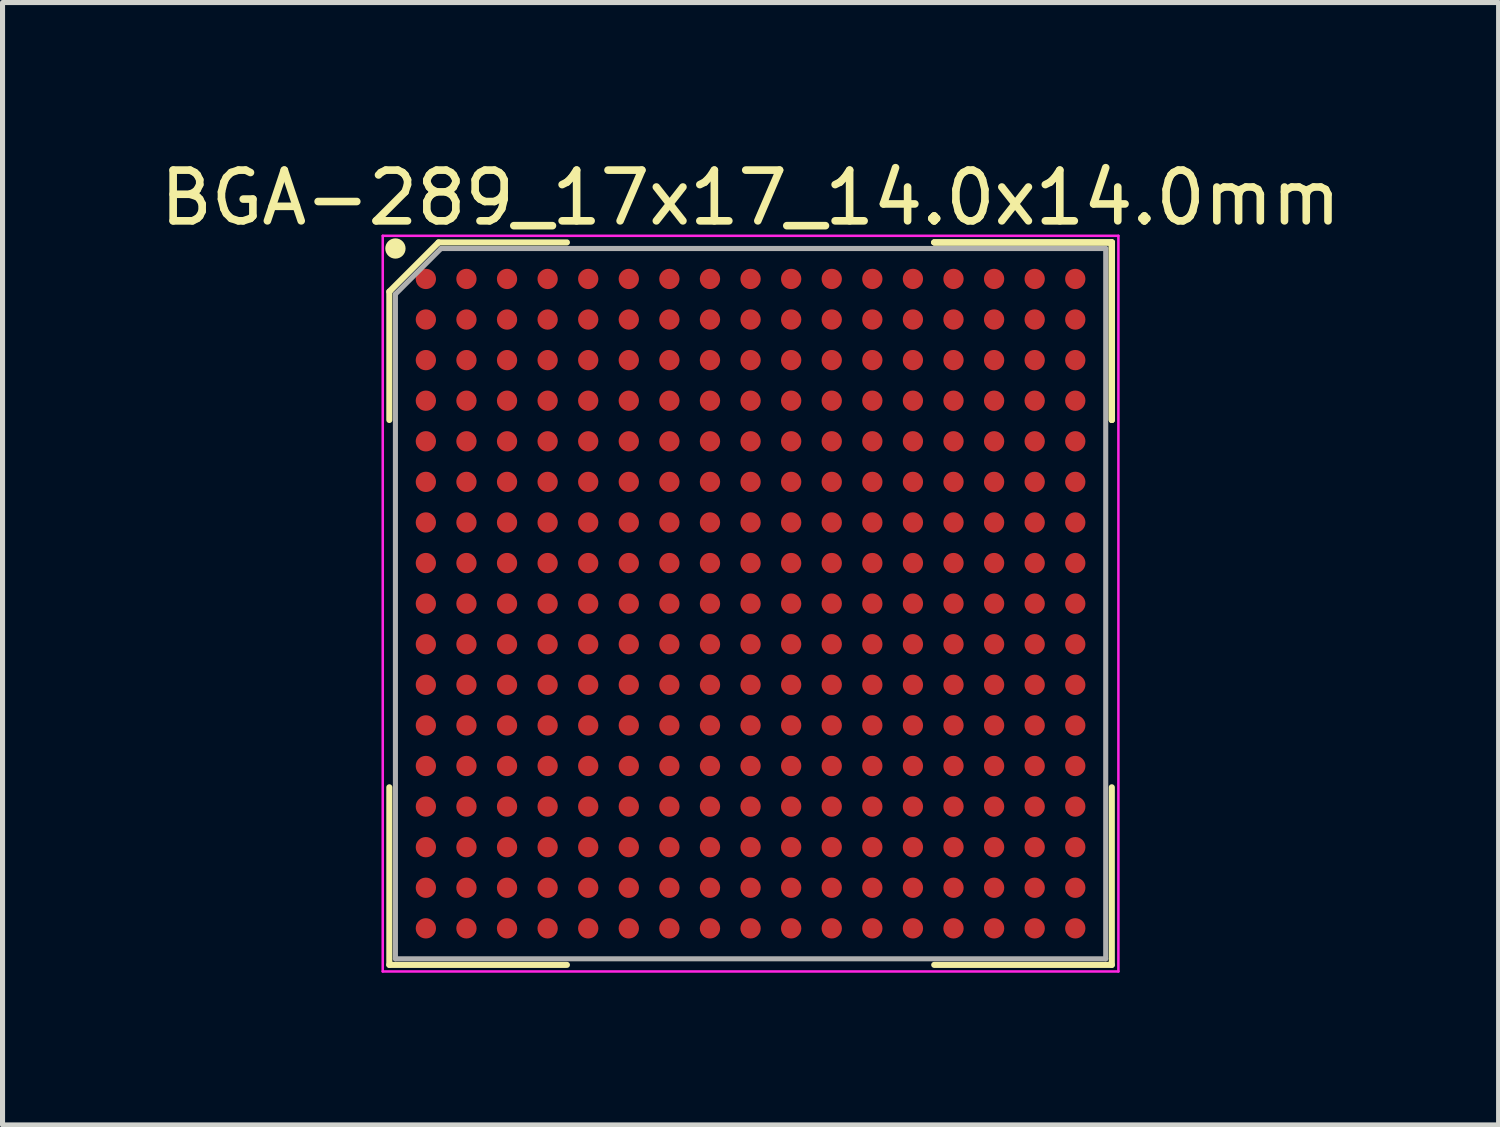
<source format=kicad_pcb>
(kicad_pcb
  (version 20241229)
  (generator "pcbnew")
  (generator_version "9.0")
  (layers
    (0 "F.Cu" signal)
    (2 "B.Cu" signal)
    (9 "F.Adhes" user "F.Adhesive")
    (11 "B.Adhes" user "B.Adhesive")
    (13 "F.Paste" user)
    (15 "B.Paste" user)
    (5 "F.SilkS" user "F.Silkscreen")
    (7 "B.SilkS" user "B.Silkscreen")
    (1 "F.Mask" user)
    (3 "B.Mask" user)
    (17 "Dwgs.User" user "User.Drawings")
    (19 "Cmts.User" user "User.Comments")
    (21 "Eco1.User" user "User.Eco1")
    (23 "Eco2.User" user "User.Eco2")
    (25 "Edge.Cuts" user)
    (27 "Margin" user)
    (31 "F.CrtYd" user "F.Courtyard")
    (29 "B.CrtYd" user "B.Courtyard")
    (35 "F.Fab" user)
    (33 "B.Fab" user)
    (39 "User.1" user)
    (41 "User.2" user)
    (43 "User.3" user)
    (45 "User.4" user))
  (footprint "BGA-289_17x17_14.0x14.0mm"
    (layer "F.Cu")
    (at 11.744 8.848)
    (property "Reference" "BGA-289_17x17_14.0x14.0mm" (at 0 -8 0) (layer "F.SilkS") (effects (font (size 1 1) (thickness 0.15))))
    (attr through_hole)
    (fp_line (start -7.12 -6.15) (end -7.12 -3.62) (stroke (width 0.12) (type solid)) (layer "F.SilkS"))
    (fp_line (start -7.12 7.12) (end -7.12 3.62) (stroke (width 0.12) (type solid)) (layer "F.SilkS"))
    (fp_line (start -6.15 -7.12) (end -7.12 -6.15) (stroke (width 0.12) (type solid)) (layer "F.SilkS"))
    (fp_line (start -3.62 -7.12) (end -6.15 -7.12) (stroke (width 0.12) (type solid)) (layer "F.SilkS"))
    (fp_line (start -3.62 7.12) (end -7.12 7.12) (stroke (width 0.12) (type solid)) (layer "F.SilkS"))
    (fp_line (start 3.62 -7.12) (end 7.12 -7.12) (stroke (width 0.12) (type solid)) (layer "F.SilkS"))
    (fp_line (start 3.62 -7.12) (end 7.12 -7.12) (stroke (width 0.12) (type solid)) (layer "F.SilkS"))
    (fp_line (start 3.62 -7.12) (end 7.12 -7.12) (stroke (width 0.12) (type solid)) (layer "F.SilkS"))
    (fp_line (start 3.62 7.12) (end 7.12 7.12) (stroke (width 0.12) (type solid)) (layer "F.SilkS"))
    (fp_line (start 7.12 -7.12) (end 7.12 -3.62) (stroke (width 0.12) (type solid)) (layer "F.SilkS"))
    (fp_line (start 7.12 -7.12) (end 7.12 -3.62) (stroke (width 0.12) (type solid)) (layer "F.SilkS"))
    (fp_line (start 7.12 -7.12) (end 7.12 -3.62) (stroke (width 0.12) (type solid)) (layer "F.SilkS"))
    (fp_line (start 7.12 7.12) (end 7.12 3.62) (stroke (width 0.12) (type solid)) (layer "F.SilkS"))
    (fp_circle (center -7 -7) (end -7 -6.9) (stroke (width 0.2) (type solid)) (fill no) (layer "F.SilkS"))
    (fp_line (start -7.25 -7.25) (end 7.25 -7.25) (stroke (width 0.05) (type solid)) (layer "F.CrtYd"))
    (fp_line (start -7.25 7.25) (end -7.25 -7.25) (stroke (width 0.05) (type solid)) (layer "F.CrtYd"))
    (fp_line (start 7.25 -7.25) (end 7.25 7.25) (stroke (width 0.05) (type solid)) (layer "F.CrtYd"))
    (fp_line (start 7.25 7.25) (end -7.25 7.25) (stroke (width 0.05) (type solid)) (layer "F.CrtYd"))
    (fp_line (start -7 -6.1) (end -7 7) (stroke (width 0.1) (type solid)) (layer "F.Fab"))
    (fp_line (start -7 7) (end 7 7) (stroke (width 0.1) (type solid)) (layer "F.Fab"))
    (fp_line (start -6.1 -7) (end -7 -6.1) (stroke (width 0.1) (type solid)) (layer "F.Fab"))
    (fp_line (start 7 -7) (end -6.1 -7) (stroke (width 0.1) (type solid)) (layer "F.Fab"))
    (fp_line (start 7 7) (end 7 -7) (stroke (width 0.1) (type solid)) (layer "F.Fab"))
    (pad "A1" smd circle (at -6.4 -6.4) (size 0.4 0.4) (layers "F.Cu" "F.Mask" "F.Paste"))
    (pad "A2" smd circle (at -5.6 -6.4) (size 0.4 0.4) (layers "F.Cu" "F.Mask" "F.Paste"))
    (pad "A3" smd circle (at -4.8 -6.4) (size 0.4 0.4) (layers "F.Cu" "F.Mask" "F.Paste"))
    (pad "A4" smd circle (at -4 -6.4) (size 0.4 0.4) (layers "F.Cu" "F.Mask" "F.Paste"))
    (pad "A5" smd circle (at -3.2 -6.4) (size 0.4 0.4) (layers "F.Cu" "F.Mask" "F.Paste"))
    (pad "A6" smd circle (at -2.4 -6.4) (size 0.4 0.4) (layers "F.Cu" "F.Mask" "F.Paste"))
    (pad "A7" smd circle (at -1.6 -6.4) (size 0.4 0.4) (layers "F.Cu" "F.Mask" "F.Paste"))
    (pad "A8" smd circle (at -0.8 -6.4) (size 0.4 0.4) (layers "F.Cu" "F.Mask" "F.Paste"))
    (pad "A9" smd circle (at 0 -6.4) (size 0.4 0.4) (layers "F.Cu" "F.Mask" "F.Paste"))
    (pad "A10" smd circle (at 0.8 -6.4) (size 0.4 0.4) (layers "F.Cu" "F.Mask" "F.Paste"))
    (pad "A11" smd circle (at 1.6 -6.4) (size 0.4 0.4) (layers "F.Cu" "F.Mask" "F.Paste"))
    (pad "A12" smd circle (at 2.4 -6.4) (size 0.4 0.4) (layers "F.Cu" "F.Mask" "F.Paste"))
    (pad "A13" smd circle (at 3.2 -6.4) (size 0.4 0.4) (layers "F.Cu" "F.Mask" "F.Paste"))
    (pad "A14" smd circle (at 4 -6.4) (size 0.4 0.4) (layers "F.Cu" "F.Mask" "F.Paste"))
    (pad "A15" smd circle (at 4.8 -6.4) (size 0.4 0.4) (layers "F.Cu" "F.Mask" "F.Paste"))
    (pad "A16" smd circle (at 5.6 -6.4) (size 0.4 0.4) (layers "F.Cu" "F.Mask" "F.Paste"))
    (pad "A17" smd circle (at 6.4 -6.4) (size 0.4 0.4) (layers "F.Cu" "F.Mask" "F.Paste"))
    (pad "B1" smd circle (at -6.4 -5.6) (size 0.4 0.4) (layers "F.Cu" "F.Mask" "F.Paste"))
    (pad "B2" smd circle (at -5.6 -5.6) (size 0.4 0.4) (layers "F.Cu" "F.Mask" "F.Paste"))
    (pad "B3" smd circle (at -4.8 -5.6) (size 0.4 0.4) (layers "F.Cu" "F.Mask" "F.Paste"))
    (pad "B4" smd circle (at -4 -5.6) (size 0.4 0.4) (layers "F.Cu" "F.Mask" "F.Paste"))
    (pad "B5" smd circle (at -3.2 -5.6) (size 0.4 0.4) (layers "F.Cu" "F.Mask" "F.Paste"))
    (pad "B6" smd circle (at -2.4 -5.6) (size 0.4 0.4) (layers "F.Cu" "F.Mask" "F.Paste"))
    (pad "B7" smd circle (at -1.6 -5.6) (size 0.4 0.4) (layers "F.Cu" "F.Mask" "F.Paste"))
    (pad "B8" smd circle (at -0.8 -5.6) (size 0.4 0.4) (layers "F.Cu" "F.Mask" "F.Paste"))
    (pad "B9" smd circle (at 0 -5.6) (size 0.4 0.4) (layers "F.Cu" "F.Mask" "F.Paste"))
    (pad "B10" smd circle (at 0.8 -5.6) (size 0.4 0.4) (layers "F.Cu" "F.Mask" "F.Paste"))
    (pad "B11" smd circle (at 1.6 -5.6) (size 0.4 0.4) (layers "F.Cu" "F.Mask" "F.Paste"))
    (pad "B12" smd circle (at 2.4 -5.6) (size 0.4 0.4) (layers "F.Cu" "F.Mask" "F.Paste"))
    (pad "B13" smd circle (at 3.2 -5.6) (size 0.4 0.4) (layers "F.Cu" "F.Mask" "F.Paste"))
    (pad "B14" smd circle (at 4 -5.6) (size 0.4 0.4) (layers "F.Cu" "F.Mask" "F.Paste"))
    (pad "B15" smd circle (at 4.8 -5.6) (size 0.4 0.4) (layers "F.Cu" "F.Mask" "F.Paste"))
    (pad "B16" smd circle (at 5.6 -5.6) (size 0.4 0.4) (layers "F.Cu" "F.Mask" "F.Paste"))
    (pad "B17" smd circle (at 6.4 -5.6) (size 0.4 0.4) (layers "F.Cu" "F.Mask" "F.Paste"))
    (pad "C1" smd circle (at -6.4 -4.8) (size 0.4 0.4) (layers "F.Cu" "F.Mask" "F.Paste"))
    (pad "C2" smd circle (at -5.6 -4.8) (size 0.4 0.4) (layers "F.Cu" "F.Mask" "F.Paste"))
    (pad "C3" smd circle (at -4.8 -4.8) (size 0.4 0.4) (layers "F.Cu" "F.Mask" "F.Paste"))
    (pad "C4" smd circle (at -4 -4.8) (size 0.4 0.4) (layers "F.Cu" "F.Mask" "F.Paste"))
    (pad "C5" smd circle (at -3.2 -4.8) (size 0.4 0.4) (layers "F.Cu" "F.Mask" "F.Paste"))
    (pad "C6" smd circle (at -2.4 -4.8) (size 0.4 0.4) (layers "F.Cu" "F.Mask" "F.Paste"))
    (pad "C7" smd circle (at -1.6 -4.8) (size 0.4 0.4) (layers "F.Cu" "F.Mask" "F.Paste"))
    (pad "C8" smd circle (at -0.8 -4.8) (size 0.4 0.4) (layers "F.Cu" "F.Mask" "F.Paste"))
    (pad "C9" smd circle (at 0 -4.8) (size 0.4 0.4) (layers "F.Cu" "F.Mask" "F.Paste"))
    (pad "C10" smd circle (at 0.8 -4.8) (size 0.4 0.4) (layers "F.Cu" "F.Mask" "F.Paste"))
    (pad "C11" smd circle (at 1.6 -4.8) (size 0.4 0.4) (layers "F.Cu" "F.Mask" "F.Paste"))
    (pad "C12" smd circle (at 2.4 -4.8) (size 0.4 0.4) (layers "F.Cu" "F.Mask" "F.Paste"))
    (pad "C13" smd circle (at 3.2 -4.8) (size 0.4 0.4) (layers "F.Cu" "F.Mask" "F.Paste"))
    (pad "C14" smd circle (at 4 -4.8) (size 0.4 0.4) (layers "F.Cu" "F.Mask" "F.Paste"))
    (pad "C15" smd circle (at 4.8 -4.8) (size 0.4 0.4) (layers "F.Cu" "F.Mask" "F.Paste"))
    (pad "C16" smd circle (at 5.6 -4.8) (size 0.4 0.4) (layers "F.Cu" "F.Mask" "F.Paste"))
    (pad "C17" smd circle (at 6.4 -4.8) (size 0.4 0.4) (layers "F.Cu" "F.Mask" "F.Paste"))
    (pad "D1" smd circle (at -6.4 -4) (size 0.4 0.4) (layers "F.Cu" "F.Mask" "F.Paste"))
    (pad "D2" smd circle (at -5.6 -4) (size 0.4 0.4) (layers "F.Cu" "F.Mask" "F.Paste"))
    (pad "D3" smd circle (at -4.8 -4) (size 0.4 0.4) (layers "F.Cu" "F.Mask" "F.Paste"))
    (pad "D4" smd circle (at -4 -4) (size 0.4 0.4) (layers "F.Cu" "F.Mask" "F.Paste"))
    (pad "D5" smd circle (at -3.2 -4) (size 0.4 0.4) (layers "F.Cu" "F.Mask" "F.Paste"))
    (pad "D6" smd circle (at -2.4 -4) (size 0.4 0.4) (layers "F.Cu" "F.Mask" "F.Paste"))
    (pad "D7" smd circle (at -1.6 -4) (size 0.4 0.4) (layers "F.Cu" "F.Mask" "F.Paste"))
    (pad "D8" smd circle (at -0.8 -4) (size 0.4 0.4) (layers "F.Cu" "F.Mask" "F.Paste"))
    (pad "D9" smd circle (at 0 -4) (size 0.4 0.4) (layers "F.Cu" "F.Mask" "F.Paste"))
    (pad "D10" smd circle (at 0.8 -4) (size 0.4 0.4) (layers "F.Cu" "F.Mask" "F.Paste"))
    (pad "D11" smd circle (at 1.6 -4) (size 0.4 0.4) (layers "F.Cu" "F.Mask" "F.Paste"))
    (pad "D12" smd circle (at 2.4 -4) (size 0.4 0.4) (layers "F.Cu" "F.Mask" "F.Paste"))
    (pad "D13" smd circle (at 3.2 -4) (size 0.4 0.4) (layers "F.Cu" "F.Mask" "F.Paste"))
    (pad "D14" smd circle (at 4 -4) (size 0.4 0.4) (layers "F.Cu" "F.Mask" "F.Paste"))
    (pad "D15" smd circle (at 4.8 -4) (size 0.4 0.4) (layers "F.Cu" "F.Mask" "F.Paste"))
    (pad "D16" smd circle (at 5.6 -4) (size 0.4 0.4) (layers "F.Cu" "F.Mask" "F.Paste"))
    (pad "D17" smd circle (at 6.4 -4) (size 0.4 0.4) (layers "F.Cu" "F.Mask" "F.Paste"))
    (pad "E1" smd circle (at -6.4 -3.2) (size 0.4 0.4) (layers "F.Cu" "F.Mask" "F.Paste"))
    (pad "E2" smd circle (at -5.6 -3.2) (size 0.4 0.4) (layers "F.Cu" "F.Mask" "F.Paste"))
    (pad "E3" smd circle (at -4.8 -3.2) (size 0.4 0.4) (layers "F.Cu" "F.Mask" "F.Paste"))
    (pad "E4" smd circle (at -4 -3.2) (size 0.4 0.4) (layers "F.Cu" "F.Mask" "F.Paste"))
    (pad "E5" smd circle (at -3.2 -3.2) (size 0.4 0.4) (layers "F.Cu" "F.Mask" "F.Paste"))
    (pad "E6" smd circle (at -2.4 -3.2) (size 0.4 0.4) (layers "F.Cu" "F.Mask" "F.Paste"))
    (pad "E7" smd circle (at -1.6 -3.2) (size 0.4 0.4) (layers "F.Cu" "F.Mask" "F.Paste"))
    (pad "E8" smd circle (at -0.8 -3.2) (size 0.4 0.4) (layers "F.Cu" "F.Mask" "F.Paste"))
    (pad "E9" smd circle (at 0 -3.2) (size 0.4 0.4) (layers "F.Cu" "F.Mask" "F.Paste"))
    (pad "E10" smd circle (at 0.8 -3.2) (size 0.4 0.4) (layers "F.Cu" "F.Mask" "F.Paste"))
    (pad "E11" smd circle (at 1.6 -3.2) (size 0.4 0.4) (layers "F.Cu" "F.Mask" "F.Paste"))
    (pad "E12" smd circle (at 2.4 -3.2) (size 0.4 0.4) (layers "F.Cu" "F.Mask" "F.Paste"))
    (pad "E13" smd circle (at 3.2 -3.2) (size 0.4 0.4) (layers "F.Cu" "F.Mask" "F.Paste"))
    (pad "E14" smd circle (at 4 -3.2) (size 0.4 0.4) (layers "F.Cu" "F.Mask" "F.Paste"))
    (pad "E15" smd circle (at 4.8 -3.2) (size 0.4 0.4) (layers "F.Cu" "F.Mask" "F.Paste"))
    (pad "E16" smd circle (at 5.6 -3.2) (size 0.4 0.4) (layers "F.Cu" "F.Mask" "F.Paste"))
    (pad "E17" smd circle (at 6.4 -3.2) (size 0.4 0.4) (layers "F.Cu" "F.Mask" "F.Paste"))
    (pad "F1" smd circle (at -6.4 -2.4) (size 0.4 0.4) (layers "F.Cu" "F.Mask" "F.Paste"))
    (pad "F2" smd circle (at -5.6 -2.4) (size 0.4 0.4) (layers "F.Cu" "F.Mask" "F.Paste"))
    (pad "F3" smd circle (at -4.8 -2.4) (size 0.4 0.4) (layers "F.Cu" "F.Mask" "F.Paste"))
    (pad "F4" smd circle (at -4 -2.4) (size 0.4 0.4) (layers "F.Cu" "F.Mask" "F.Paste"))
    (pad "F5" smd circle (at -3.2 -2.4) (size 0.4 0.4) (layers "F.Cu" "F.Mask" "F.Paste"))
    (pad "F6" smd circle (at -2.4 -2.4) (size 0.4 0.4) (layers "F.Cu" "F.Mask" "F.Paste"))
    (pad "F7" smd circle (at -1.6 -2.4) (size 0.4 0.4) (layers "F.Cu" "F.Mask" "F.Paste"))
    (pad "F8" smd circle (at -0.8 -2.4) (size 0.4 0.4) (layers "F.Cu" "F.Mask" "F.Paste"))
    (pad "F9" smd circle (at 0 -2.4) (size 0.4 0.4) (layers "F.Cu" "F.Mask" "F.Paste"))
    (pad "F10" smd circle (at 0.8 -2.4) (size 0.4 0.4) (layers "F.Cu" "F.Mask" "F.Paste"))
    (pad "F11" smd circle (at 1.6 -2.4) (size 0.4 0.4) (layers "F.Cu" "F.Mask" "F.Paste"))
    (pad "F12" smd circle (at 2.4 -2.4) (size 0.4 0.4) (layers "F.Cu" "F.Mask" "F.Paste"))
    (pad "F13" smd circle (at 3.2 -2.4) (size 0.4 0.4) (layers "F.Cu" "F.Mask" "F.Paste"))
    (pad "F14" smd circle (at 4 -2.4) (size 0.4 0.4) (layers "F.Cu" "F.Mask" "F.Paste"))
    (pad "F15" smd circle (at 4.8 -2.4) (size 0.4 0.4) (layers "F.Cu" "F.Mask" "F.Paste"))
    (pad "F16" smd circle (at 5.6 -2.4) (size 0.4 0.4) (layers "F.Cu" "F.Mask" "F.Paste"))
    (pad "F17" smd circle (at 6.4 -2.4) (size 0.4 0.4) (layers "F.Cu" "F.Mask" "F.Paste"))
    (pad "G1" smd circle (at -6.4 -1.6) (size 0.4 0.4) (layers "F.Cu" "F.Mask" "F.Paste"))
    (pad "G2" smd circle (at -5.6 -1.6) (size 0.4 0.4) (layers "F.Cu" "F.Mask" "F.Paste"))
    (pad "G3" smd circle (at -4.8 -1.6) (size 0.4 0.4) (layers "F.Cu" "F.Mask" "F.Paste"))
    (pad "G4" smd circle (at -4 -1.6) (size 0.4 0.4) (layers "F.Cu" "F.Mask" "F.Paste"))
    (pad "G5" smd circle (at -3.2 -1.6) (size 0.4 0.4) (layers "F.Cu" "F.Mask" "F.Paste"))
    (pad "G6" smd circle (at -2.4 -1.6) (size 0.4 0.4) (layers "F.Cu" "F.Mask" "F.Paste"))
    (pad "G7" smd circle (at -1.6 -1.6) (size 0.4 0.4) (layers "F.Cu" "F.Mask" "F.Paste"))
    (pad "G8" smd circle (at -0.8 -1.6) (size 0.4 0.4) (layers "F.Cu" "F.Mask" "F.Paste"))
    (pad "G9" smd circle (at 0 -1.6) (size 0.4 0.4) (layers "F.Cu" "F.Mask" "F.Paste"))
    (pad "G10" smd circle (at 0.8 -1.6) (size 0.4 0.4) (layers "F.Cu" "F.Mask" "F.Paste"))
    (pad "G11" smd circle (at 1.6 -1.6) (size 0.4 0.4) (layers "F.Cu" "F.Mask" "F.Paste"))
    (pad "G12" smd circle (at 2.4 -1.6) (size 0.4 0.4) (layers "F.Cu" "F.Mask" "F.Paste"))
    (pad "G13" smd circle (at 3.2 -1.6) (size 0.4 0.4) (layers "F.Cu" "F.Mask" "F.Paste"))
    (pad "G14" smd circle (at 4 -1.6) (size 0.4 0.4) (layers "F.Cu" "F.Mask" "F.Paste"))
    (pad "G15" smd circle (at 4.8 -1.6) (size 0.4 0.4) (layers "F.Cu" "F.Mask" "F.Paste"))
    (pad "G16" smd circle (at 5.6 -1.6) (size 0.4 0.4) (layers "F.Cu" "F.Mask" "F.Paste"))
    (pad "G17" smd circle (at 6.4 -1.6) (size 0.4 0.4) (layers "F.Cu" "F.Mask" "F.Paste"))
    (pad "H1" smd circle (at -6.4 -0.8) (size 0.4 0.4) (layers "F.Cu" "F.Mask" "F.Paste"))
    (pad "H2" smd circle (at -5.6 -0.8) (size 0.4 0.4) (layers "F.Cu" "F.Mask" "F.Paste"))
    (pad "H3" smd circle (at -4.8 -0.8) (size 0.4 0.4) (layers "F.Cu" "F.Mask" "F.Paste"))
    (pad "H4" smd circle (at -4 -0.8) (size 0.4 0.4) (layers "F.Cu" "F.Mask" "F.Paste"))
    (pad "H5" smd circle (at -3.2 -0.8) (size 0.4 0.4) (layers "F.Cu" "F.Mask" "F.Paste"))
    (pad "H6" smd circle (at -2.4 -0.8) (size 0.4 0.4) (layers "F.Cu" "F.Mask" "F.Paste"))
    (pad "H7" smd circle (at -1.6 -0.8) (size 0.4 0.4) (layers "F.Cu" "F.Mask" "F.Paste"))
    (pad "H8" smd circle (at -0.8 -0.8) (size 0.4 0.4) (layers "F.Cu" "F.Mask" "F.Paste"))
    (pad "H9" smd circle (at 0 -0.8) (size 0.4 0.4) (layers "F.Cu" "F.Mask" "F.Paste"))
    (pad "H10" smd circle (at 0.8 -0.8) (size 0.4 0.4) (layers "F.Cu" "F.Mask" "F.Paste"))
    (pad "H11" smd circle (at 1.6 -0.8) (size 0.4 0.4) (layers "F.Cu" "F.Mask" "F.Paste"))
    (pad "H12" smd circle (at 2.4 -0.8) (size 0.4 0.4) (layers "F.Cu" "F.Mask" "F.Paste"))
    (pad "H13" smd circle (at 3.2 -0.8) (size 0.4 0.4) (layers "F.Cu" "F.Mask" "F.Paste"))
    (pad "H14" smd circle (at 4 -0.8) (size 0.4 0.4) (layers "F.Cu" "F.Mask" "F.Paste"))
    (pad "H15" smd circle (at 4.8 -0.8) (size 0.4 0.4) (layers "F.Cu" "F.Mask" "F.Paste"))
    (pad "H16" smd circle (at 5.6 -0.8) (size 0.4 0.4) (layers "F.Cu" "F.Mask" "F.Paste"))
    (pad "H17" smd circle (at 6.4 -0.8) (size 0.4 0.4) (layers "F.Cu" "F.Mask" "F.Paste"))
    (pad "J1" smd circle (at -6.4 0) (size 0.4 0.4) (layers "F.Cu" "F.Mask" "F.Paste"))
    (pad "J2" smd circle (at -5.6 0) (size 0.4 0.4) (layers "F.Cu" "F.Mask" "F.Paste"))
    (pad "J3" smd circle (at -4.8 0) (size 0.4 0.4) (layers "F.Cu" "F.Mask" "F.Paste"))
    (pad "J4" smd circle (at -4 0) (size 0.4 0.4) (layers "F.Cu" "F.Mask" "F.Paste"))
    (pad "J5" smd circle (at -3.2 0) (size 0.4 0.4) (layers "F.Cu" "F.Mask" "F.Paste"))
    (pad "J6" smd circle (at -2.4 0) (size 0.4 0.4) (layers "F.Cu" "F.Mask" "F.Paste"))
    (pad "J7" smd circle (at -1.6 0) (size 0.4 0.4) (layers "F.Cu" "F.Mask" "F.Paste"))
    (pad "J8" smd circle (at -0.8 0) (size 0.4 0.4) (layers "F.Cu" "F.Mask" "F.Paste"))
    (pad "J9" smd circle (at 0 0) (size 0.4 0.4) (layers "F.Cu" "F.Mask" "F.Paste"))
    (pad "J10" smd circle (at 0.8 0) (size 0.4 0.4) (layers "F.Cu" "F.Mask" "F.Paste"))
    (pad "J11" smd circle (at 1.6 0) (size 0.4 0.4) (layers "F.Cu" "F.Mask" "F.Paste"))
    (pad "J12" smd circle (at 2.4 0) (size 0.4 0.4) (layers "F.Cu" "F.Mask" "F.Paste"))
    (pad "J13" smd circle (at 3.2 0) (size 0.4 0.4) (layers "F.Cu" "F.Mask" "F.Paste"))
    (pad "J14" smd circle (at 4 0) (size 0.4 0.4) (layers "F.Cu" "F.Mask" "F.Paste"))
    (pad "J15" smd circle (at 4.8 0) (size 0.4 0.4) (layers "F.Cu" "F.Mask" "F.Paste"))
    (pad "J16" smd circle (at 5.6 0) (size 0.4 0.4) (layers "F.Cu" "F.Mask" "F.Paste"))
    (pad "J17" smd circle (at 6.4 0) (size 0.4 0.4) (layers "F.Cu" "F.Mask" "F.Paste"))
    (pad "K1" smd circle (at -6.4 0.8) (size 0.4 0.4) (layers "F.Cu" "F.Mask" "F.Paste"))
    (pad "K2" smd circle (at -5.6 0.8) (size 0.4 0.4) (layers "F.Cu" "F.Mask" "F.Paste"))
    (pad "K3" smd circle (at -4.8 0.8) (size 0.4 0.4) (layers "F.Cu" "F.Mask" "F.Paste"))
    (pad "K4" smd circle (at -4 0.8) (size 0.4 0.4) (layers "F.Cu" "F.Mask" "F.Paste"))
    (pad "K5" smd circle (at -3.2 0.8) (size 0.4 0.4) (layers "F.Cu" "F.Mask" "F.Paste"))
    (pad "K6" smd circle (at -2.4 0.8) (size 0.4 0.4) (layers "F.Cu" "F.Mask" "F.Paste"))
    (pad "K7" smd circle (at -1.6 0.8) (size 0.4 0.4) (layers "F.Cu" "F.Mask" "F.Paste"))
    (pad "K8" smd circle (at -0.8 0.8) (size 0.4 0.4) (layers "F.Cu" "F.Mask" "F.Paste"))
    (pad "K9" smd circle (at 0 0.8) (size 0.4 0.4) (layers "F.Cu" "F.Mask" "F.Paste"))
    (pad "K10" smd circle (at 0.8 0.8) (size 0.4 0.4) (layers "F.Cu" "F.Mask" "F.Paste"))
    (pad "K11" smd circle (at 1.6 0.8) (size 0.4 0.4) (layers "F.Cu" "F.Mask" "F.Paste"))
    (pad "K12" smd circle (at 2.4 0.8) (size 0.4 0.4) (layers "F.Cu" "F.Mask" "F.Paste"))
    (pad "K13" smd circle (at 3.2 0.8) (size 0.4 0.4) (layers "F.Cu" "F.Mask" "F.Paste"))
    (pad "K14" smd circle (at 4 0.8) (size 0.4 0.4) (layers "F.Cu" "F.Mask" "F.Paste"))
    (pad "K15" smd circle (at 4.8 0.8) (size 0.4 0.4) (layers "F.Cu" "F.Mask" "F.Paste"))
    (pad "K16" smd circle (at 5.6 0.8) (size 0.4 0.4) (layers "F.Cu" "F.Mask" "F.Paste"))
    (pad "K17" smd circle (at 6.4 0.8) (size 0.4 0.4) (layers "F.Cu" "F.Mask" "F.Paste"))
    (pad "L1" smd circle (at -6.4 1.6) (size 0.4 0.4) (layers "F.Cu" "F.Mask" "F.Paste"))
    (pad "L2" smd circle (at -5.6 1.6) (size 0.4 0.4) (layers "F.Cu" "F.Mask" "F.Paste"))
    (pad "L3" smd circle (at -4.8 1.6) (size 0.4 0.4) (layers "F.Cu" "F.Mask" "F.Paste"))
    (pad "L4" smd circle (at -4 1.6) (size 0.4 0.4) (layers "F.Cu" "F.Mask" "F.Paste"))
    (pad "L5" smd circle (at -3.2 1.6) (size 0.4 0.4) (layers "F.Cu" "F.Mask" "F.Paste"))
    (pad "L6" smd circle (at -2.4 1.6) (size 0.4 0.4) (layers "F.Cu" "F.Mask" "F.Paste"))
    (pad "L7" smd circle (at -1.6 1.6) (size 0.4 0.4) (layers "F.Cu" "F.Mask" "F.Paste"))
    (pad "L8" smd circle (at -0.8 1.6) (size 0.4 0.4) (layers "F.Cu" "F.Mask" "F.Paste"))
    (pad "L9" smd circle (at 0 1.6) (size 0.4 0.4) (layers "F.Cu" "F.Mask" "F.Paste"))
    (pad "L10" smd circle (at 0.8 1.6) (size 0.4 0.4) (layers "F.Cu" "F.Mask" "F.Paste"))
    (pad "L11" smd circle (at 1.6 1.6) (size 0.4 0.4) (layers "F.Cu" "F.Mask" "F.Paste"))
    (pad "L12" smd circle (at 2.4 1.6) (size 0.4 0.4) (layers "F.Cu" "F.Mask" "F.Paste"))
    (pad "L13" smd circle (at 3.2 1.6) (size 0.4 0.4) (layers "F.Cu" "F.Mask" "F.Paste"))
    (pad "L14" smd circle (at 4 1.6) (size 0.4 0.4) (layers "F.Cu" "F.Mask" "F.Paste"))
    (pad "L15" smd circle (at 4.8 1.6) (size 0.4 0.4) (layers "F.Cu" "F.Mask" "F.Paste"))
    (pad "L16" smd circle (at 5.6 1.6) (size 0.4 0.4) (layers "F.Cu" "F.Mask" "F.Paste"))
    (pad "L17" smd circle (at 6.4 1.6) (size 0.4 0.4) (layers "F.Cu" "F.Mask" "F.Paste"))
    (pad "M1" smd circle (at -6.4 2.4) (size 0.4 0.4) (layers "F.Cu" "F.Mask" "F.Paste"))
    (pad "M2" smd circle (at -5.6 2.4) (size 0.4 0.4) (layers "F.Cu" "F.Mask" "F.Paste"))
    (pad "M3" smd circle (at -4.8 2.4) (size 0.4 0.4) (layers "F.Cu" "F.Mask" "F.Paste"))
    (pad "M4" smd circle (at -4 2.4) (size 0.4 0.4) (layers "F.Cu" "F.Mask" "F.Paste"))
    (pad "M5" smd circle (at -3.2 2.4) (size 0.4 0.4) (layers "F.Cu" "F.Mask" "F.Paste"))
    (pad "M6" smd circle (at -2.4 2.4) (size 0.4 0.4) (layers "F.Cu" "F.Mask" "F.Paste"))
    (pad "M7" smd circle (at -1.6 2.4) (size 0.4 0.4) (layers "F.Cu" "F.Mask" "F.Paste"))
    (pad "M8" smd circle (at -0.8 2.4) (size 0.4 0.4) (layers "F.Cu" "F.Mask" "F.Paste"))
    (pad "M9" smd circle (at 0 2.4) (size 0.4 0.4) (layers "F.Cu" "F.Mask" "F.Paste"))
    (pad "M10" smd circle (at 0.8 2.4) (size 0.4 0.4) (layers "F.Cu" "F.Mask" "F.Paste"))
    (pad "M11" smd circle (at 1.6 2.4) (size 0.4 0.4) (layers "F.Cu" "F.Mask" "F.Paste"))
    (pad "M12" smd circle (at 2.4 2.4) (size 0.4 0.4) (layers "F.Cu" "F.Mask" "F.Paste"))
    (pad "M13" smd circle (at 3.2 2.4) (size 0.4 0.4) (layers "F.Cu" "F.Mask" "F.Paste"))
    (pad "M14" smd circle (at 4 2.4) (size 0.4 0.4) (layers "F.Cu" "F.Mask" "F.Paste"))
    (pad "M15" smd circle (at 4.8 2.4) (size 0.4 0.4) (layers "F.Cu" "F.Mask" "F.Paste"))
    (pad "M16" smd circle (at 5.6 2.4) (size 0.4 0.4) (layers "F.Cu" "F.Mask" "F.Paste"))
    (pad "M17" smd circle (at 6.4 2.4) (size 0.4 0.4) (layers "F.Cu" "F.Mask" "F.Paste"))
    (pad "N1" smd circle (at -6.4 3.2) (size 0.4 0.4) (layers "F.Cu" "F.Mask" "F.Paste"))
    (pad "N2" smd circle (at -5.6 3.2) (size 0.4 0.4) (layers "F.Cu" "F.Mask" "F.Paste"))
    (pad "N3" smd circle (at -4.8 3.2) (size 0.4 0.4) (layers "F.Cu" "F.Mask" "F.Paste"))
    (pad "N4" smd circle (at -4 3.2) (size 0.4 0.4) (layers "F.Cu" "F.Mask" "F.Paste"))
    (pad "N5" smd circle (at -3.2 3.2) (size 0.4 0.4) (layers "F.Cu" "F.Mask" "F.Paste"))
    (pad "N6" smd circle (at -2.4 3.2) (size 0.4 0.4) (layers "F.Cu" "F.Mask" "F.Paste"))
    (pad "N7" smd circle (at -1.6 3.2) (size 0.4 0.4) (layers "F.Cu" "F.Mask" "F.Paste"))
    (pad "N8" smd circle (at -0.8 3.2) (size 0.4 0.4) (layers "F.Cu" "F.Mask" "F.Paste"))
    (pad "N9" smd circle (at 0 3.2) (size 0.4 0.4) (layers "F.Cu" "F.Mask" "F.Paste"))
    (pad "N10" smd circle (at 0.8 3.2) (size 0.4 0.4) (layers "F.Cu" "F.Mask" "F.Paste"))
    (pad "N11" smd circle (at 1.6 3.2) (size 0.4 0.4) (layers "F.Cu" "F.Mask" "F.Paste"))
    (pad "N12" smd circle (at 2.4 3.2) (size 0.4 0.4) (layers "F.Cu" "F.Mask" "F.Paste"))
    (pad "N13" smd circle (at 3.2 3.2) (size 0.4 0.4) (layers "F.Cu" "F.Mask" "F.Paste"))
    (pad "N14" smd circle (at 4 3.2) (size 0.4 0.4) (layers "F.Cu" "F.Mask" "F.Paste"))
    (pad "N15" smd circle (at 4.8 3.2) (size 0.4 0.4) (layers "F.Cu" "F.Mask" "F.Paste"))
    (pad "N16" smd circle (at 5.6 3.2) (size 0.4 0.4) (layers "F.Cu" "F.Mask" "F.Paste"))
    (pad "N17" smd circle (at 6.4 3.2) (size 0.4 0.4) (layers "F.Cu" "F.Mask" "F.Paste"))
    (pad "P1" smd circle (at -6.4 4) (size 0.4 0.4) (layers "F.Cu" "F.Mask" "F.Paste"))
    (pad "P2" smd circle (at -5.6 4) (size 0.4 0.4) (layers "F.Cu" "F.Mask" "F.Paste"))
    (pad "P3" smd circle (at -4.8 4) (size 0.4 0.4) (layers "F.Cu" "F.Mask" "F.Paste"))
    (pad "P4" smd circle (at -4 4) (size 0.4 0.4) (layers "F.Cu" "F.Mask" "F.Paste"))
    (pad "P5" smd circle (at -3.2 4) (size 0.4 0.4) (layers "F.Cu" "F.Mask" "F.Paste"))
    (pad "P6" smd circle (at -2.4 4) (size 0.4 0.4) (layers "F.Cu" "F.Mask" "F.Paste"))
    (pad "P7" smd circle (at -1.6 4) (size 0.4 0.4) (layers "F.Cu" "F.Mask" "F.Paste"))
    (pad "P8" smd circle (at -0.8 4) (size 0.4 0.4) (layers "F.Cu" "F.Mask" "F.Paste"))
    (pad "P9" smd circle (at 0 4) (size 0.4 0.4) (layers "F.Cu" "F.Mask" "F.Paste"))
    (pad "P10" smd circle (at 0.8 4) (size 0.4 0.4) (layers "F.Cu" "F.Mask" "F.Paste"))
    (pad "P11" smd circle (at 1.6 4) (size 0.4 0.4) (layers "F.Cu" "F.Mask" "F.Paste"))
    (pad "P12" smd circle (at 2.4 4) (size 0.4 0.4) (layers "F.Cu" "F.Mask" "F.Paste"))
    (pad "P13" smd circle (at 3.2 4) (size 0.4 0.4) (layers "F.Cu" "F.Mask" "F.Paste"))
    (pad "P14" smd circle (at 4 4) (size 0.4 0.4) (layers "F.Cu" "F.Mask" "F.Paste"))
    (pad "P15" smd circle (at 4.8 4) (size 0.4 0.4) (layers "F.Cu" "F.Mask" "F.Paste"))
    (pad "P16" smd circle (at 5.6 4) (size 0.4 0.4) (layers "F.Cu" "F.Mask" "F.Paste"))
    (pad "P17" smd circle (at 6.4 4) (size 0.4 0.4) (layers "F.Cu" "F.Mask" "F.Paste"))
    (pad "R1" smd circle (at -6.4 4.8) (size 0.4 0.4) (layers "F.Cu" "F.Mask" "F.Paste"))
    (pad "R2" smd circle (at -5.6 4.8) (size 0.4 0.4) (layers "F.Cu" "F.Mask" "F.Paste"))
    (pad "R3" smd circle (at -4.8 4.8) (size 0.4 0.4) (layers "F.Cu" "F.Mask" "F.Paste"))
    (pad "R4" smd circle (at -4 4.8) (size 0.4 0.4) (layers "F.Cu" "F.Mask" "F.Paste"))
    (pad "R5" smd circle (at -3.2 4.8) (size 0.4 0.4) (layers "F.Cu" "F.Mask" "F.Paste"))
    (pad "R6" smd circle (at -2.4 4.8) (size 0.4 0.4) (layers "F.Cu" "F.Mask" "F.Paste"))
    (pad "R7" smd circle (at -1.6 4.8) (size 0.4 0.4) (layers "F.Cu" "F.Mask" "F.Paste"))
    (pad "R8" smd circle (at -0.8 4.8) (size 0.4 0.4) (layers "F.Cu" "F.Mask" "F.Paste"))
    (pad "R9" smd circle (at 0 4.8) (size 0.4 0.4) (layers "F.Cu" "F.Mask" "F.Paste"))
    (pad "R10" smd circle (at 0.8 4.8) (size 0.4 0.4) (layers "F.Cu" "F.Mask" "F.Paste"))
    (pad "R11" smd circle (at 1.6 4.8) (size 0.4 0.4) (layers "F.Cu" "F.Mask" "F.Paste"))
    (pad "R12" smd circle (at 2.4 4.8) (size 0.4 0.4) (layers "F.Cu" "F.Mask" "F.Paste"))
    (pad "R13" smd circle (at 3.2 4.8) (size 0.4 0.4) (layers "F.Cu" "F.Mask" "F.Paste"))
    (pad "R14" smd circle (at 4 4.8) (size 0.4 0.4) (layers "F.Cu" "F.Mask" "F.Paste"))
    (pad "R15" smd circle (at 4.8 4.8) (size 0.4 0.4) (layers "F.Cu" "F.Mask" "F.Paste"))
    (pad "R16" smd circle (at 5.6 4.8) (size 0.4 0.4) (layers "F.Cu" "F.Mask" "F.Paste"))
    (pad "R17" smd circle (at 6.4 4.8) (size 0.4 0.4) (layers "F.Cu" "F.Mask" "F.Paste"))
    (pad "T1" smd circle (at -6.4 5.6) (size 0.4 0.4) (layers "F.Cu" "F.Mask" "F.Paste"))
    (pad "T2" smd circle (at -5.6 5.6) (size 0.4 0.4) (layers "F.Cu" "F.Mask" "F.Paste"))
    (pad "T3" smd circle (at -4.8 5.6) (size 0.4 0.4) (layers "F.Cu" "F.Mask" "F.Paste"))
    (pad "T4" smd circle (at -4 5.6) (size 0.4 0.4) (layers "F.Cu" "F.Mask" "F.Paste"))
    (pad "T5" smd circle (at -3.2 5.6) (size 0.4 0.4) (layers "F.Cu" "F.Mask" "F.Paste"))
    (pad "T6" smd circle (at -2.4 5.6) (size 0.4 0.4) (layers "F.Cu" "F.Mask" "F.Paste"))
    (pad "T7" smd circle (at -1.6 5.6) (size 0.4 0.4) (layers "F.Cu" "F.Mask" "F.Paste"))
    (pad "T8" smd circle (at -0.8 5.6) (size 0.4 0.4) (layers "F.Cu" "F.Mask" "F.Paste"))
    (pad "T9" smd circle (at 0 5.6) (size 0.4 0.4) (layers "F.Cu" "F.Mask" "F.Paste"))
    (pad "T10" smd circle (at 0.8 5.6) (size 0.4 0.4) (layers "F.Cu" "F.Mask" "F.Paste"))
    (pad "T11" smd circle (at 1.6 5.6) (size 0.4 0.4) (layers "F.Cu" "F.Mask" "F.Paste"))
    (pad "T12" smd circle (at 2.4 5.6) (size 0.4 0.4) (layers "F.Cu" "F.Mask" "F.Paste"))
    (pad "T13" smd circle (at 3.2 5.6) (size 0.4 0.4) (layers "F.Cu" "F.Mask" "F.Paste"))
    (pad "T14" smd circle (at 4 5.6) (size 0.4 0.4) (layers "F.Cu" "F.Mask" "F.Paste"))
    (pad "T15" smd circle (at 4.8 5.6) (size 0.4 0.4) (layers "F.Cu" "F.Mask" "F.Paste"))
    (pad "T16" smd circle (at 5.6 5.6) (size 0.4 0.4) (layers "F.Cu" "F.Mask" "F.Paste"))
    (pad "T17" smd circle (at 6.4 5.6) (size 0.4 0.4) (layers "F.Cu" "F.Mask" "F.Paste"))
    (pad "U1" smd circle (at -6.4 6.4) (size 0.4 0.4) (layers "F.Cu" "F.Mask" "F.Paste"))
    (pad "U2" smd circle (at -5.6 6.4) (size 0.4 0.4) (layers "F.Cu" "F.Mask" "F.Paste"))
    (pad "U3" smd circle (at -4.8 6.4) (size 0.4 0.4) (layers "F.Cu" "F.Mask" "F.Paste"))
    (pad "U4" smd circle (at -4 6.4) (size 0.4 0.4) (layers "F.Cu" "F.Mask" "F.Paste"))
    (pad "U5" smd circle (at -3.2 6.4) (size 0.4 0.4) (layers "F.Cu" "F.Mask" "F.Paste"))
    (pad "U6" smd circle (at -2.4 6.4) (size 0.4 0.4) (layers "F.Cu" "F.Mask" "F.Paste"))
    (pad "U7" smd circle (at -1.6 6.4) (size 0.4 0.4) (layers "F.Cu" "F.Mask" "F.Paste"))
    (pad "U8" smd circle (at -0.8 6.4) (size 0.4 0.4) (layers "F.Cu" "F.Mask" "F.Paste"))
    (pad "U9" smd circle (at 0 6.4) (size 0.4 0.4) (layers "F.Cu" "F.Mask" "F.Paste"))
    (pad "U10" smd circle (at 0.8 6.4) (size 0.4 0.4) (layers "F.Cu" "F.Mask" "F.Paste"))
    (pad "U11" smd circle (at 1.6 6.4) (size 0.4 0.4) (layers "F.Cu" "F.Mask" "F.Paste"))
    (pad "U12" smd circle (at 2.4 6.4) (size 0.4 0.4) (layers "F.Cu" "F.Mask" "F.Paste"))
    (pad "U13" smd circle (at 3.2 6.4) (size 0.4 0.4) (layers "F.Cu" "F.Mask" "F.Paste"))
    (pad "U14" smd circle (at 4 6.4) (size 0.4 0.4) (layers "F.Cu" "F.Mask" "F.Paste"))
    (pad "U15" smd circle (at 4.8 6.4) (size 0.4 0.4) (layers "F.Cu" "F.Mask" "F.Paste"))
    (pad "U16" smd circle (at 5.6 6.4) (size 0.4 0.4) (layers "F.Cu" "F.Mask" "F.Paste"))
    (pad "U17" smd circle (at 6.4 6.4) (size 0.4 0.4) (layers "F.Cu" "F.Mask" "F.Paste")))
  (gr_rect
    (start -3 -3)
    (end 26.488 19.123)
    (stroke (width 0.1) (type default))
    (fill no)
    (layer "Edge.Cuts")))
</source>
